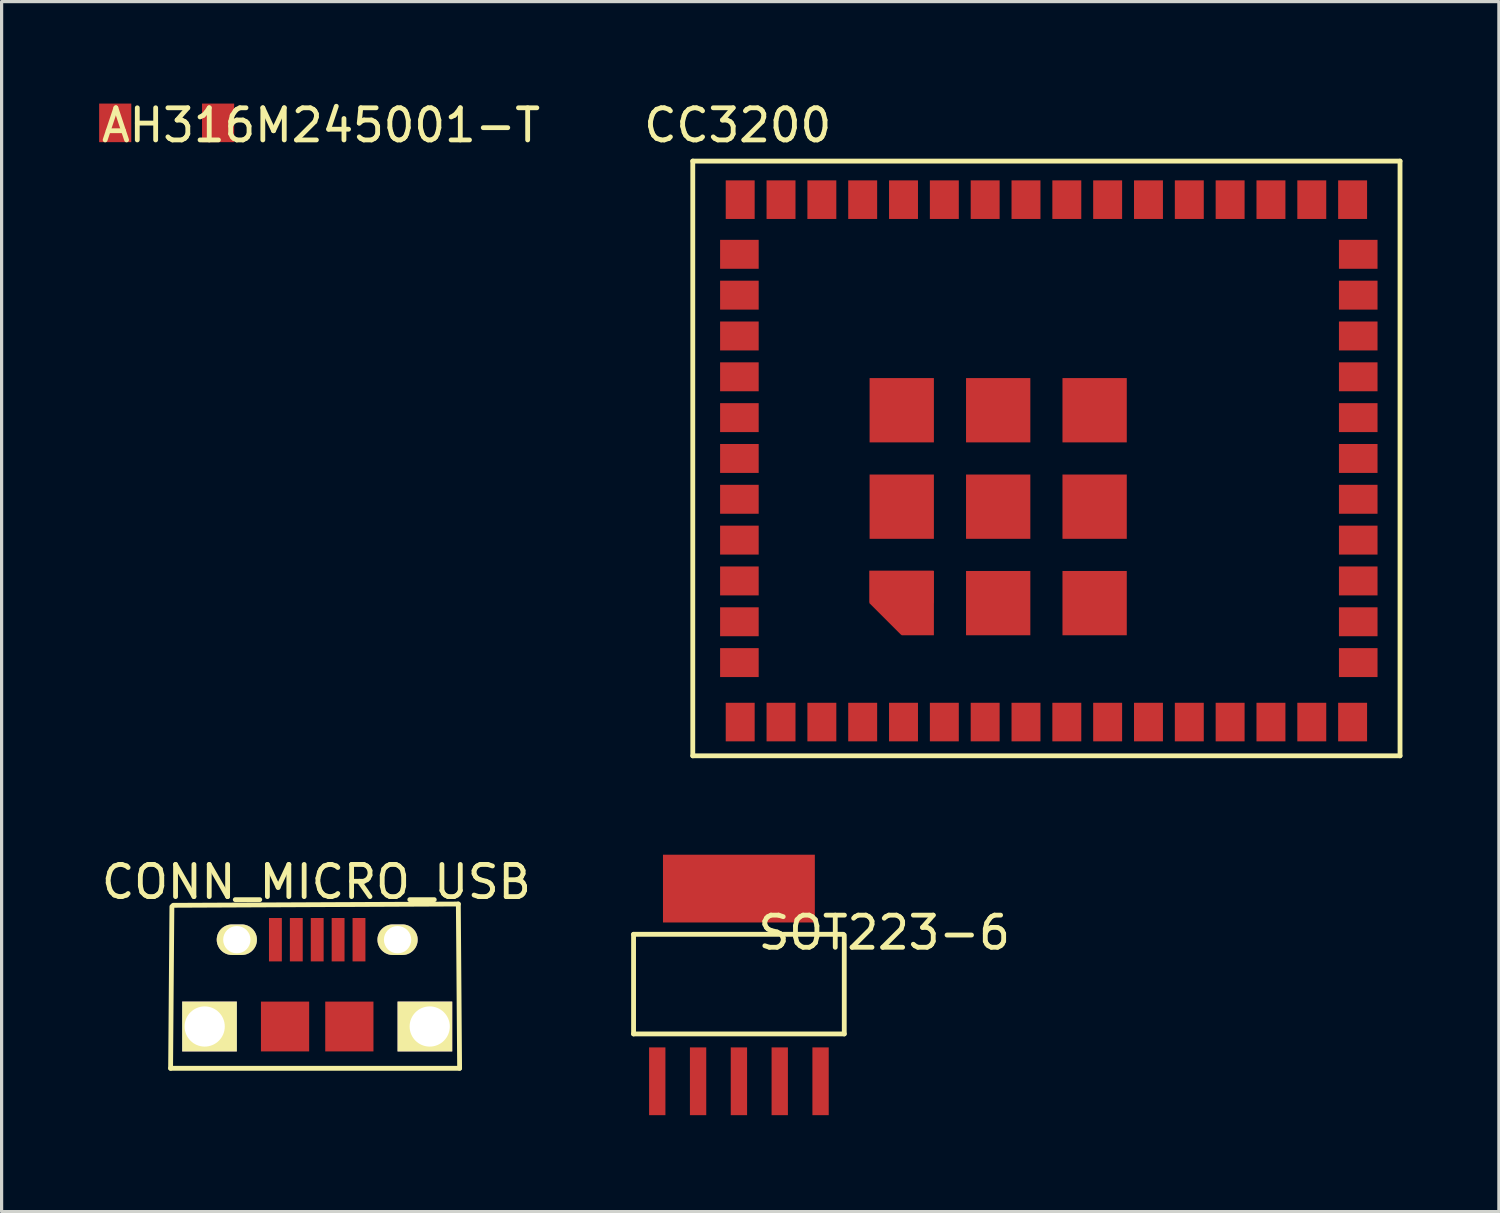
<source format=kicad_pcb>
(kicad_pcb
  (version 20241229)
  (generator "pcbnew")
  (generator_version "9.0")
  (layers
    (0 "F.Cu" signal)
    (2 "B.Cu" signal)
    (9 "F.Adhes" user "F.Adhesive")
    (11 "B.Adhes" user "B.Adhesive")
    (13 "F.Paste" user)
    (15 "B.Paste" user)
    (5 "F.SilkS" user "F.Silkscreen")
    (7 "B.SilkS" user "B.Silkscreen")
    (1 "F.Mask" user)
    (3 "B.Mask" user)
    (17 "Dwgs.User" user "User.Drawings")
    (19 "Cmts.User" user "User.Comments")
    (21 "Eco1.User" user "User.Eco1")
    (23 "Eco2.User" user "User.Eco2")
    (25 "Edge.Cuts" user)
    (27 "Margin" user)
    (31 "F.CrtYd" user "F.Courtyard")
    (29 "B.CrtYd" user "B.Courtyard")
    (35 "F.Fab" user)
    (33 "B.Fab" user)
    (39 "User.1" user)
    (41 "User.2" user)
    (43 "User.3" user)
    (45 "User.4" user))
  (footprint "AH316M245001-T"
    (layer "F.Cu")
    (at 2.134 0.772)
    (property "Reference" "AH316M245001-T" (at 4.801 0.076 0) (layer "F.SilkS") (effects (font (size 1 1) (thickness 0.15))))
    (attr through_hole)
    (pad "1" smd rect (at -1.6 0) (size 1 1.2) (layers "F.Cu" "F.Mask" "F.Paste"))
    (pad "2" smd rect (at 1.6 0) (size 1 1.2) (layers "F.Cu" "F.Mask" "F.Paste")))
  (footprint "SOT223-6"
    (layer "F.Cu")
    (at 19.935 30.585)
    (property "Reference" "SOT223-6" (at 4.521 -4.623 0) (layer "F.SilkS") (effects (font (size 1 1) (thickness 0.15))))
    (attr through_hole)
    (fp_line (start -3.277 -4.572) (end 3.251 -4.572) (stroke (width 0.15) (type solid)) (layer "F.SilkS"))
    (fp_line (start -3.277 -1.473) (end -3.277 -4.572) (stroke (width 0.15) (type solid)) (layer "F.SilkS"))
    (fp_line (start 3.277 -1.473) (end -3.277 -1.473) (stroke (width 0.15) (type solid)) (layer "F.SilkS"))
    (fp_line (start 3.277 -1.473) (end 3.277 -4.547) (stroke (width 0.15) (type solid)) (layer "F.SilkS"))
    (pad "1" smd rect (at -2.54 0) (size 0.508 2.108) (layers "F.Cu" "F.Mask" "F.Paste"))
    (pad "2" smd rect (at -1.27 0) (size 0.508 2.108) (layers "F.Cu" "F.Mask" "F.Paste"))
    (pad "3" smd rect (at 0 0) (size 0.508 2.108) (layers "F.Cu" "F.Mask" "F.Paste"))
    (pad "4" smd rect (at 1.27 0) (size 0.508 2.108) (layers "F.Cu" "F.Mask" "F.Paste"))
    (pad "5" smd rect (at 2.54 0) (size 0.508 2.108) (layers "F.Cu" "F.Mask" "F.Paste"))
    (pad "6" smd rect (at 0 -5.994) (size 4.724 2.108) (layers "F.Cu" "F.Mask" "F.Paste")))
  (footprint "CC3200"
    (layer "F.Cu")
    (at 29.5 11.211)
    (property "Reference" "CC3200" (at -9.601 -10.363 0) (layer "F.SilkS") (effects (font (size 1 1) (thickness 0.15))))
    (attr through_hole)
    (fp_line (start -11 -9.25) (end 11 -9.25) (stroke (width 0.15) (type solid)) (layer "F.SilkS"))
    (fp_line (start -11 9.25) (end -11 -9.25) (stroke (width 0.15) (type solid)) (layer "F.SilkS"))
    (fp_line (start 11 -9.25) (end 11 9.25) (stroke (width 0.15) (type solid)) (layer "F.SilkS"))
    (fp_line (start 11 9.25) (end -11 9.25) (stroke (width 0.15) (type solid)) (layer "F.SilkS"))
    (pad "1" smd rect (at -9.525 8.05) (size 0.9 1.2) (drill (offset 0 0.15)) (layers "F.Cu" "F.Mask" "F.Paste"))
    (pad "2" smd rect (at -8.255 8.05) (size 0.9 1.2) (drill (offset 0 0.15)) (layers "F.Cu" "F.Mask" "F.Paste"))
    (pad "3" smd rect (at -6.985 8.05) (size 0.9 1.2) (drill (offset 0 0.15)) (layers "F.Cu" "F.Mask" "F.Paste"))
    (pad "4" smd rect (at -5.715 8.05) (size 0.9 1.2) (drill (offset 0 0.15)) (layers "F.Cu" "F.Mask" "F.Paste"))
    (pad "5" smd rect (at -4.445 8.05) (size 0.9 1.2) (drill (offset 0 0.15)) (layers "F.Cu" "F.Mask" "F.Paste"))
    (pad "6" smd rect (at -3.175 8.05) (size 0.9 1.2) (drill (offset 0 0.15)) (layers "F.Cu" "F.Mask" "F.Paste"))
    (pad "7" smd rect (at -1.905 8.05) (size 0.9 1.2) (drill (offset 0 0.15)) (layers "F.Cu" "F.Mask" "F.Paste"))
    (pad "8" smd rect (at -0.635 8.05) (size 0.9 1.2) (drill (offset 0 0.15)) (layers "F.Cu" "F.Mask" "F.Paste"))
    (pad "9" smd rect (at 0.635 8.05) (size 0.9 1.2) (drill (offset 0 0.15)) (layers "F.Cu" "F.Mask" "F.Paste"))
    (pad "10" smd rect (at 1.905 8.05) (size 0.9 1.2) (drill (offset 0 0.15)) (layers "F.Cu" "F.Mask" "F.Paste"))
    (pad "11" smd rect (at 3.175 8.05) (size 0.9 1.2) (drill (offset 0 0.15)) (layers "F.Cu" "F.Mask" "F.Paste"))
    (pad "12" smd rect (at 4.445 8.05) (size 0.9 1.2) (drill (offset 0 0.15)) (layers "F.Cu" "F.Mask" "F.Paste"))
    (pad "13" smd rect (at 5.715 8.05) (size 0.9 1.2) (drill (offset 0 0.15)) (layers "F.Cu" "F.Mask" "F.Paste"))
    (pad "14" smd rect (at 6.985 8.05) (size 0.9 1.2) (drill (offset 0 0.15)) (layers "F.Cu" "F.Mask" "F.Paste"))
    (pad "15" smd rect (at 8.255 8.05) (size 0.9 1.2) (drill (offset 0 0.15)) (layers "F.Cu" "F.Mask" "F.Paste"))
    (pad "16" smd rect (at 9.525 8.05) (size 0.9 1.2) (drill (offset 0 0.15)) (layers "F.Cu" "F.Mask" "F.Paste"))
    (pad "17" smd rect (at 9.55 6.35) (size 1.2 0.9) (drill (offset 0.15 0)) (layers "F.Cu" "F.Mask" "F.Paste"))
    (pad "18" smd rect (at 9.55 5.08) (size 1.2 0.9) (drill (offset 0.15 0)) (layers "F.Cu" "F.Mask" "F.Paste"))
    (pad "19" smd rect (at 9.55 3.81) (size 1.2 0.9) (drill (offset 0.15 0)) (layers "F.Cu" "F.Mask" "F.Paste"))
    (pad "20" smd rect (at 9.55 2.54) (size 1.2 0.9) (drill (offset 0.15 0)) (layers "F.Cu" "F.Mask" "F.Paste"))
    (pad "21" smd rect (at 9.55 1.27) (size 1.2 0.9) (drill (offset 0.15 0)) (layers "F.Cu" "F.Mask" "F.Paste"))
    (pad "22" smd rect (at 9.55 0) (size 1.2 0.9) (drill (offset 0.15 0)) (layers "F.Cu" "F.Mask" "F.Paste"))
    (pad "23" smd rect (at 9.55 -1.27) (size 1.2 0.9) (drill (offset 0.15 0)) (layers "F.Cu" "F.Mask" "F.Paste"))
    (pad "24" smd rect (at 9.55 -2.54) (size 1.2 0.9) (drill (offset 0.15 0)) (layers "F.Cu" "F.Mask" "F.Paste"))
    (pad "25" smd rect (at 9.55 -3.81) (size 1.2 0.9) (drill (offset 0.15 0)) (layers "F.Cu" "F.Mask" "F.Paste"))
    (pad "26" smd rect (at 9.55 -5.08) (size 1.2 0.9) (drill (offset 0.15 0)) (layers "F.Cu" "F.Mask" "F.Paste"))
    (pad "27" smd rect (at 9.55 -6.35) (size 1.2 0.9) (drill (offset 0.15 0)) (layers "F.Cu" "F.Mask" "F.Paste"))
    (pad "28" smd rect (at 9.525 -8.05) (size 0.9 1.2) (layers "F.Cu" "F.Mask" "F.Paste"))
    (pad "29" smd rect (at 8.255 -8.05) (size 0.9 1.2) (layers "F.Cu" "F.Mask" "F.Paste"))
    (pad "30" smd rect (at 6.985 -8.05) (size 0.9 1.2) (layers "F.Cu" "F.Mask" "F.Paste"))
    (pad "31" smd rect (at 5.715 -8.05) (size 0.9 1.2) (layers "F.Cu" "F.Mask" "F.Paste"))
    (pad "32" smd rect (at 4.445 -8.05) (size 0.9 1.2) (layers "F.Cu" "F.Mask" "F.Paste"))
    (pad "33" smd rect (at 3.175 -8.05) (size 0.9 1.2) (layers "F.Cu" "F.Mask" "F.Paste"))
    (pad "34" smd rect (at 1.905 -8.05) (size 0.9 1.2) (layers "F.Cu" "F.Mask" "F.Paste"))
    (pad "35" smd rect (at 0.635 -8.05) (size 0.9 1.2) (layers "F.Cu" "F.Mask" "F.Paste"))
    (pad "36" smd rect (at -0.635 -8.05) (size 0.9 1.2) (layers "F.Cu" "F.Mask" "F.Paste"))
    (pad "37" smd rect (at -1.905 -8.05) (size 0.9 1.2) (layers "F.Cu" "F.Mask" "F.Paste"))
    (pad "38" smd rect (at -3.175 -8.05) (size 0.9 1.2) (layers "F.Cu" "F.Mask" "F.Paste"))
    (pad "39" smd rect (at -4.445 -8.05) (size 0.9 1.2) (layers "F.Cu" "F.Mask" "F.Paste"))
    (pad "40" smd rect (at -5.715 -8.05) (size 0.9 1.2) (layers "F.Cu" "F.Mask" "F.Paste"))
    (pad "41" smd rect (at -6.985 -8.05) (size 0.9 1.2) (layers "F.Cu" "F.Mask" "F.Paste"))
    (pad "42" smd rect (at -8.255 -8.05) (size 0.9 1.2) (layers "F.Cu" "F.Mask" "F.Paste"))
    (pad "43" smd rect (at -9.525 -8.05) (size 0.9 1.2) (layers "F.Cu" "F.Mask" "F.Paste"))
    (pad "44" smd rect (at -9.55 -6.35) (size 1.2 0.9) (layers "F.Cu" "F.Mask" "F.Paste"))
    (pad "45" smd rect (at -9.55 -5.08) (size 1.2 0.9) (layers "F.Cu" "F.Mask" "F.Paste"))
    (pad "46" smd rect (at -9.55 -3.81) (size 1.2 0.9) (layers "F.Cu" "F.Mask" "F.Paste"))
    (pad "47" smd rect (at -9.55 -2.54) (size 1.2 0.9) (layers "F.Cu" "F.Mask" "F.Paste"))
    (pad "48" smd rect (at -9.55 -1.27) (size 1.2 0.9) (layers "F.Cu" "F.Mask" "F.Paste"))
    (pad "49" smd rect (at -9.55 0) (size 1.2 0.9) (layers "F.Cu" "F.Mask" "F.Paste"))
    (pad "50" smd rect (at -9.55 1.27) (size 1.2 0.9) (layers "F.Cu" "F.Mask" "F.Paste"))
    (pad "51" smd rect (at -9.55 2.54) (size 1.2 0.9) (layers "F.Cu" "F.Mask" "F.Paste"))
    (pad "52" smd rect (at -9.55 3.81) (size 1.2 0.9) (layers "F.Cu" "F.Mask" "F.Paste"))
    (pad "53" smd rect (at -9.55 5.08) (size 1.2 0.9) (layers "F.Cu" "F.Mask" "F.Paste"))
    (pad "54" smd rect (at -9.55 6.35) (size 1.2 0.9) (layers "F.Cu" "F.Mask" "F.Paste"))
    (pad "55" smd rect (at -4.51 3.99) (size 2 1) (layers "F.Cu" "F.Mask" "F.Paste"))
    (pad "55" smd rect (at -4.51 4.5 45) (size 1.41 1.41) (layers "F.Cu" "F.Mask" "F.Paste"))
    (pad "55" smd rect (at -4.5 4.5) (size 1 2) (drill (offset 0.5 0)) (layers "F.Cu" "F.Mask" "F.Paste"))
    (pad "56" smd rect (at -1.5 4.5) (size 2 2) (layers "F.Cu" "F.Mask" "F.Paste"))
    (pad "57" smd rect (at 1.5 4.5) (size 2 2) (layers "F.Cu" "F.Mask" "F.Paste"))
    (pad "58" smd rect (at -4.5 1.5) (size 2 2) (layers "F.Cu" "F.Mask" "F.Paste"))
    (pad "59" smd rect (at -1.5 1.5) (size 2 2) (layers "F.Cu" "F.Mask" "F.Paste"))
    (pad "60" smd rect (at 1.5 1.5) (size 2 2) (layers "F.Cu" "F.Mask" "F.Paste"))
    (pad "61" smd rect (at -4.5 -1.5) (size 2 2) (layers "F.Cu" "F.Mask" "F.Paste"))
    (pad "62" smd rect (at -1.5 -1.5) (size 2 2) (layers "F.Cu" "F.Mask" "F.Paste"))
    (pad "63" smd rect (at 1.5 -1.5) (size 2 2) (layers "F.Cu" "F.Mask" "F.Paste")))
  (footprint "CONN_MICRO_USB"
    (layer "F.Cu")
    (at 6.817 28.881)
    (property "Reference" "CONN_MICRO_USB" (at -0.025 -4.496 0) (layer "F.SilkS") (effects (font (size 1 1) (thickness 0.15))))
    (attr through_hole)
    (fp_line (start -4.56 1.3) (end 4.43 1.3) (stroke (width 0.15) (type solid)) (layer "F.SilkS"))
    (fp_line (start -4.52 -3.73) (end -4.56 1.3) (stroke (width 0.15) (type solid)) (layer "F.SilkS"))
    (fp_line (start 4.39 -3.81) (end -4.48 -3.77) (stroke (width 0.15) (type solid)) (layer "F.SilkS"))
    (fp_line (start 4.43 1.3) (end 4.39 -3.81) (stroke (width 0.15) (type solid)) (layer "F.SilkS"))
    (pad "1" smd rect (at -1.3 -2.7) (size 0.4 1.35) (layers "F.Cu" "F.Mask" "F.Paste"))
    (pad "2" smd rect (at -0.65 -2.7) (size 0.4 1.35) (layers "F.Cu" "F.Mask" "F.Paste"))
    (pad "3" smd rect (at 0 -2.7) (size 0.4 1.35) (layers "F.Cu" "F.Mask" "F.Paste"))
    (pad "4" smd rect (at 0.65 -2.7) (size 0.4 1.35) (layers "F.Cu" "F.Mask" "F.Paste"))
    (pad "5" smd rect (at 1.3 -2.7) (size 0.4 1.35) (layers "F.Cu" "F.Mask" "F.Paste"))
    (pad "G1" thru_hole oval (at -2.5 -2.7) (size 1.25 0.95) (drill 0.85) (layers "*.Cu" "*.Mask" "F.SilkS"))
    (pad "G2" thru_hole oval (at 2.5 -2.7) (size 1.25 0.95) (drill 0.85) (layers "*.Cu" "*.Mask" "F.SilkS"))
    (pad "G3" thru_hole rect (at -3.5 0) (size 1.7 1.55) (drill 1.25 (offset 0.15 0)) (layers "*.Cu" "*.Mask" "F.SilkS"))
    (pad "G4" smd rect (at -1 0) (size 1.5 1.55) (layers "F.Cu" "F.Mask" "F.Paste"))
    (pad "G5" smd rect (at 1 0) (size 1.5 1.55) (layers "F.Cu" "F.Mask" "F.Paste"))
    (pad "G6" thru_hole rect (at 3.5 0) (size 1.7 1.55) (drill 1.25 (offset -0.15 0)) (layers "*.Cu" "*.Mask" "F.SilkS")))
  (gr_rect
    (start -3 -3)
    (end 43.575 34.639)
    (stroke (width 0.1) (type default))
    (fill no)
    (layer "Edge.Cuts")))
</source>
